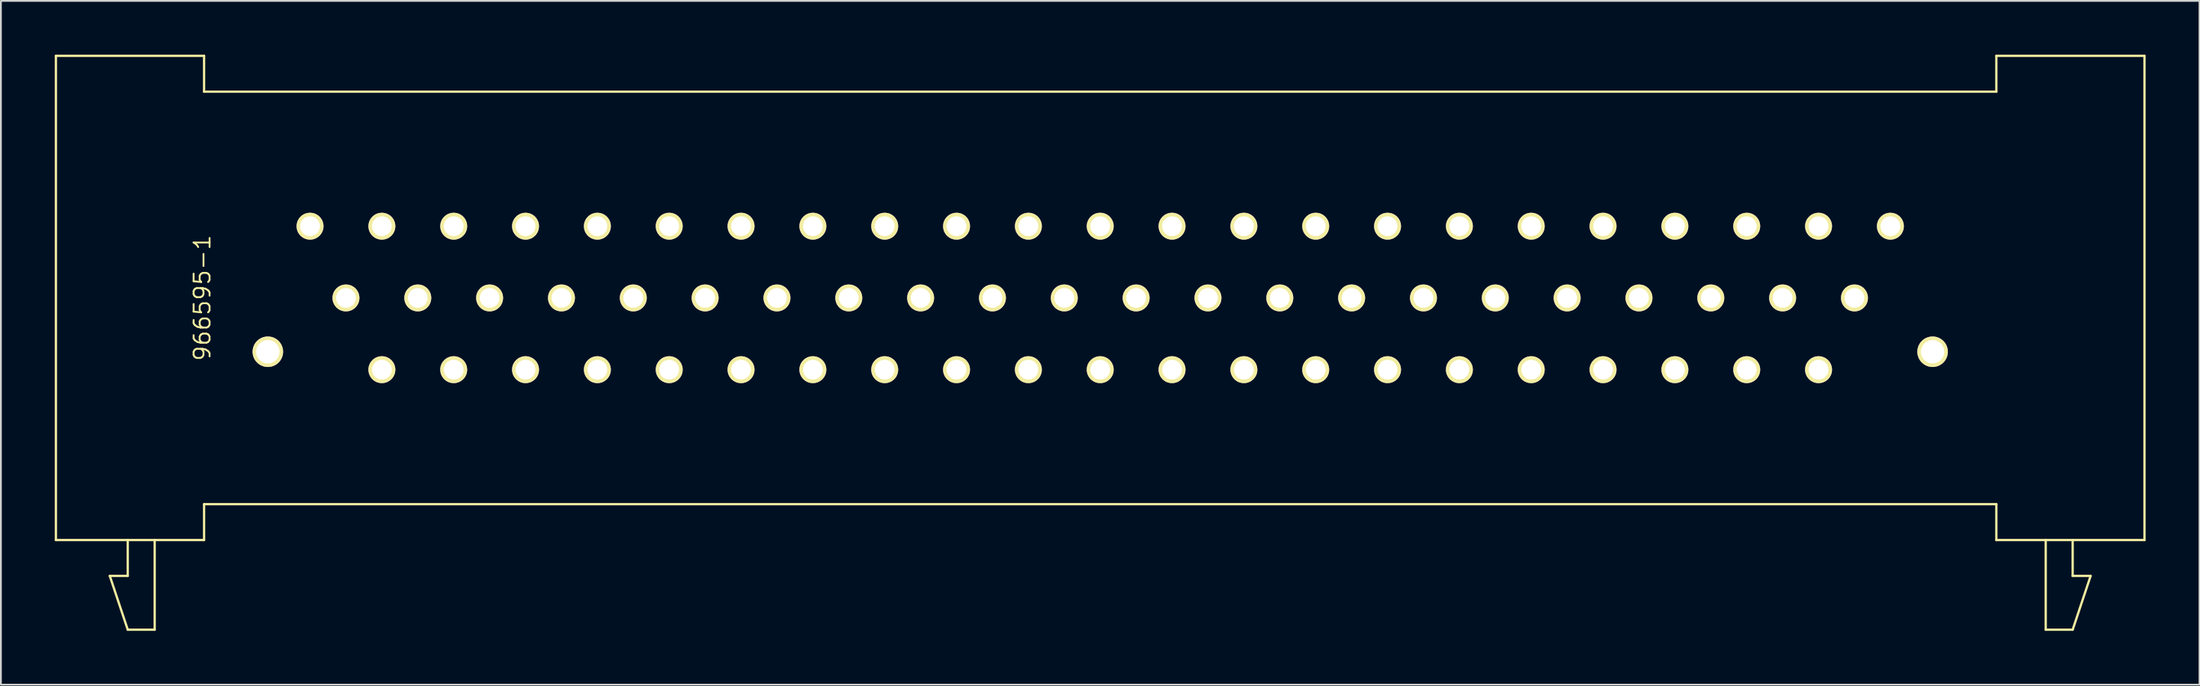
<source format=kicad_pcb>
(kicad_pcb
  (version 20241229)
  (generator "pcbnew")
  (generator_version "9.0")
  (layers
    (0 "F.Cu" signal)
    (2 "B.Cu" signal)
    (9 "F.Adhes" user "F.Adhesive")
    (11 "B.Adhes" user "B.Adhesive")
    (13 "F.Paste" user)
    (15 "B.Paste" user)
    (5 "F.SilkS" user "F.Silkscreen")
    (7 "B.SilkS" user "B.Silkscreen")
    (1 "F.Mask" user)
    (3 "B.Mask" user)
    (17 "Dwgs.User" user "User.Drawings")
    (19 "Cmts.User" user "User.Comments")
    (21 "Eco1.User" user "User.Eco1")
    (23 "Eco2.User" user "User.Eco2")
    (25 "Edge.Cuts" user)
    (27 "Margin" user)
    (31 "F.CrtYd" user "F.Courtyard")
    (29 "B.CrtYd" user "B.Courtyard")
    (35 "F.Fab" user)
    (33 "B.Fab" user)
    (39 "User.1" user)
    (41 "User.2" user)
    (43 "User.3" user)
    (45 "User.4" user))
  (footprint "966595-1"
    (layer "F.Cu")
    (at 58.214 13.563)
    (property "Reference" "966595-1" (at -50 0 90) (layer "F.SilkS") (effects (font (size 0.889 0.889) (thickness 0.102))))
    (attr through_hole)
    (fp_line (start -58.15 -13.5) (end -49.9 -13.5) (stroke (width 0.127) (type solid)) (layer "F.SilkS"))
    (fp_line (start -58.15 13.5) (end -58.15 -13.5) (stroke (width 0.127) (type solid)) (layer "F.SilkS"))
    (fp_line (start -54.15 15.5) (end -55.15 15.5) (stroke (width 0.127) (type solid)) (layer "F.SilkS"))
    (fp_line (start -54.15 15.5) (end -54.15 13.5) (stroke (width 0.127) (type solid)) (layer "F.SilkS"))
    (fp_line (start -54.15 18.5) (end -55.15 15.5) (stroke (width 0.127) (type solid)) (layer "F.SilkS"))
    (fp_line (start -52.65 18.5) (end -54.15 18.5) (stroke (width 0.127) (type solid)) (layer "F.SilkS"))
    (fp_line (start -52.65 18.5) (end -52.65 13.5) (stroke (width 0.127) (type solid)) (layer "F.SilkS"))
    (fp_line (start -49.9 -11.5) (end -49.9 -13.5) (stroke (width 0.127) (type solid)) (layer "F.SilkS"))
    (fp_line (start -49.9 11.5) (end 49.9 11.5) (stroke (width 0.127) (type solid)) (layer "F.SilkS"))
    (fp_line (start -49.9 13.5) (end -58.15 13.5) (stroke (width 0.127) (type solid)) (layer "F.SilkS"))
    (fp_line (start -49.9 13.5) (end -49.9 11.5) (stroke (width 0.127) (type solid)) (layer "F.SilkS"))
    (fp_line (start 49.9 -13.5) (end 49.9 -11.5) (stroke (width 0.127) (type solid)) (layer "F.SilkS"))
    (fp_line (start 49.9 -13.5) (end 58.15 -13.5) (stroke (width 0.127) (type solid)) (layer "F.SilkS"))
    (fp_line (start 49.9 -11.5) (end -49.9 -11.5) (stroke (width 0.127) (type solid)) (layer "F.SilkS"))
    (fp_line (start 49.9 11.5) (end 49.9 13.5) (stroke (width 0.127) (type solid)) (layer "F.SilkS"))
    (fp_line (start 52.65 18.5) (end 52.65 13.5) (stroke (width 0.127) (type solid)) (layer "F.SilkS"))
    (fp_line (start 52.65 18.5) (end 54.15 18.5) (stroke (width 0.127) (type solid)) (layer "F.SilkS"))
    (fp_line (start 54.15 15.5) (end 54.15 13.5) (stroke (width 0.127) (type solid)) (layer "F.SilkS"))
    (fp_line (start 54.15 15.5) (end 55.15 15.5) (stroke (width 0.127) (type solid)) (layer "F.SilkS"))
    (fp_line (start 54.15 18.5) (end 55.15 15.5) (stroke (width 0.127) (type solid)) (layer "F.SilkS"))
    (fp_line (start 58.15 -13.5) (end 58.15 13.5) (stroke (width 0.127) (type solid)) (layer "F.SilkS"))
    (fp_line (start 58.15 13.5) (end 49.9 13.5) (stroke (width 0.127) (type solid)) (layer "F.SilkS"))
    (pad "1" thru_hole circle (at -46.35 3) (size 1.7 1.7) (drill 1.3) (layers "*.Cu" "*.Mask" "F.SilkS"))
    (pad "2" thru_hole circle (at -40 4) (size 1.5 1.5) (drill 1.101) (layers "*.Cu" "*.Mask" "F.SilkS"))
    (pad "3" thru_hole circle (at -36 4) (size 1.5 1.5) (drill 1.101) (layers "*.Cu" "*.Mask" "F.SilkS"))
    (pad "4" thru_hole circle (at -32 4) (size 1.5 1.5) (drill 1.101) (layers "*.Cu" "*.Mask" "F.SilkS"))
    (pad "5" thru_hole circle (at -28 4) (size 1.5 1.5) (drill 1.101) (layers "*.Cu" "*.Mask" "F.SilkS"))
    (pad "6" thru_hole circle (at -24 4) (size 1.5 1.5) (drill 1.101) (layers "*.Cu" "*.Mask" "F.SilkS"))
    (pad "7" thru_hole circle (at -20 4) (size 1.5 1.5) (drill 1.101) (layers "*.Cu" "*.Mask" "F.SilkS"))
    (pad "8" thru_hole circle (at -16 4) (size 1.5 1.5) (drill 1.101) (layers "*.Cu" "*.Mask" "F.SilkS"))
    (pad "9" thru_hole circle (at -12 4) (size 1.5 1.5) (drill 1.101) (layers "*.Cu" "*.Mask" "F.SilkS"))
    (pad "10" thru_hole circle (at -8 4) (size 1.5 1.5) (drill 1.101) (layers "*.Cu" "*.Mask" "F.SilkS"))
    (pad "11" thru_hole circle (at -4 4) (size 1.5 1.5) (drill 1.101) (layers "*.Cu" "*.Mask" "F.SilkS"))
    (pad "12" thru_hole circle (at 0 4) (size 1.5 1.5) (drill 1.101) (layers "*.Cu" "*.Mask" "F.SilkS"))
    (pad "13" thru_hole circle (at 4 4) (size 1.5 1.5) (drill 1.101) (layers "*.Cu" "*.Mask" "F.SilkS"))
    (pad "14" thru_hole circle (at 8 4) (size 1.5 1.5) (drill 1.101) (layers "*.Cu" "*.Mask" "F.SilkS"))
    (pad "15" thru_hole circle (at 12 4) (size 1.5 1.5) (drill 1.101) (layers "*.Cu" "*.Mask" "F.SilkS"))
    (pad "16" thru_hole circle (at 16 4) (size 1.5 1.5) (drill 1.101) (layers "*.Cu" "*.Mask" "F.SilkS"))
    (pad "17" thru_hole circle (at 20 4) (size 1.5 1.5) (drill 1.101) (layers "*.Cu" "*.Mask" "F.SilkS"))
    (pad "18" thru_hole circle (at 24 4) (size 1.5 1.5) (drill 1.101) (layers "*.Cu" "*.Mask" "F.SilkS"))
    (pad "19" thru_hole circle (at 28 4) (size 1.5 1.5) (drill 1.101) (layers "*.Cu" "*.Mask" "F.SilkS"))
    (pad "20" thru_hole circle (at 32 4) (size 1.5 1.5) (drill 1.101) (layers "*.Cu" "*.Mask" "F.SilkS"))
    (pad "21" thru_hole circle (at 36 4) (size 1.5 1.5) (drill 1.101) (layers "*.Cu" "*.Mask" "F.SilkS"))
    (pad "22" thru_hole circle (at 40 4) (size 1.5 1.5) (drill 1.101) (layers "*.Cu" "*.Mask" "F.SilkS"))
    (pad "23" thru_hole circle (at 46.35 3) (size 1.7 1.7) (drill 1.3) (layers "*.Cu" "*.Mask" "F.SilkS"))
    (pad "24" thru_hole circle (at -42 0 180) (size 1.5 1.5) (drill 1.101) (layers "*.Cu" "*.Mask" "F.SilkS"))
    (pad "25" thru_hole circle (at -38 0 180) (size 1.5 1.5) (drill 1.101) (layers "*.Cu" "*.Mask" "F.SilkS"))
    (pad "26" thru_hole circle (at -34 0 180) (size 1.5 1.5) (drill 1.101) (layers "*.Cu" "*.Mask" "F.SilkS"))
    (pad "27" thru_hole circle (at -30 0 180) (size 1.5 1.5) (drill 1.101) (layers "*.Cu" "*.Mask" "F.SilkS"))
    (pad "28" thru_hole circle (at -26 0 180) (size 1.5 1.5) (drill 1.101) (layers "*.Cu" "*.Mask" "F.SilkS"))
    (pad "29" thru_hole circle (at -22 0 180) (size 1.5 1.5) (drill 1.101) (layers "*.Cu" "*.Mask" "F.SilkS"))
    (pad "30" thru_hole circle (at -18 0 180) (size 1.5 1.5) (drill 1.101) (layers "*.Cu" "*.Mask" "F.SilkS"))
    (pad "31" thru_hole circle (at -14 0 180) (size 1.5 1.5) (drill 1.101) (layers "*.Cu" "*.Mask" "F.SilkS"))
    (pad "32" thru_hole circle (at -10 0 180) (size 1.5 1.5) (drill 1.101) (layers "*.Cu" "*.Mask" "F.SilkS"))
    (pad "33" thru_hole circle (at -6 0 180) (size 1.5 1.5) (drill 1.101) (layers "*.Cu" "*.Mask" "F.SilkS"))
    (pad "34" thru_hole circle (at -2 0 180) (size 1.5 1.5) (drill 1.101) (layers "*.Cu" "*.Mask" "F.SilkS"))
    (pad "35" thru_hole circle (at 2 0 180) (size 1.5 1.5) (drill 1.101) (layers "*.Cu" "*.Mask" "F.SilkS"))
    (pad "36" thru_hole circle (at 6 0 180) (size 1.5 1.5) (drill 1.101) (layers "*.Cu" "*.Mask" "F.SilkS"))
    (pad "37" thru_hole circle (at 10 0 180) (size 1.5 1.5) (drill 1.101) (layers "*.Cu" "*.Mask" "F.SilkS"))
    (pad "38" thru_hole circle (at 14 0 180) (size 1.5 1.5) (drill 1.101) (layers "*.Cu" "*.Mask" "F.SilkS"))
    (pad "39" thru_hole circle (at 18 0 180) (size 1.5 1.5) (drill 1.101) (layers "*.Cu" "*.Mask" "F.SilkS"))
    (pad "40" thru_hole circle (at 22 0 180) (size 1.5 1.5) (drill 1.101) (layers "*.Cu" "*.Mask" "F.SilkS"))
    (pad "41" thru_hole circle (at 26 0 180) (size 1.5 1.5) (drill 1.101) (layers "*.Cu" "*.Mask" "F.SilkS"))
    (pad "42" thru_hole circle (at 30 0 180) (size 1.5 1.5) (drill 1.101) (layers "*.Cu" "*.Mask" "F.SilkS"))
    (pad "43" thru_hole circle (at 34 0 180) (size 1.5 1.5) (drill 1.101) (layers "*.Cu" "*.Mask" "F.SilkS"))
    (pad "44" thru_hole circle (at 38 0 180) (size 1.5 1.5) (drill 1.101) (layers "*.Cu" "*.Mask" "F.SilkS"))
    (pad "45" thru_hole circle (at 42 0 180) (size 1.5 1.5) (drill 1.101) (layers "*.Cu" "*.Mask" "F.SilkS"))
    (pad "46" thru_hole circle (at -44 -4 180) (size 1.5 1.5) (drill 1.101) (layers "*.Cu" "*.Mask" "F.SilkS"))
    (pad "47" thru_hole circle (at -40 -4 180) (size 1.5 1.5) (drill 1.101) (layers "*.Cu" "*.Mask" "F.SilkS"))
    (pad "48" thru_hole circle (at -36 -4 180) (size 1.5 1.5) (drill 1.101) (layers "*.Cu" "*.Mask" "F.SilkS"))
    (pad "49" thru_hole circle (at -32 -4 180) (size 1.5 1.5) (drill 1.101) (layers "*.Cu" "*.Mask" "F.SilkS"))
    (pad "50" thru_hole circle (at -28 -4 180) (size 1.5 1.5) (drill 1.101) (layers "*.Cu" "*.Mask" "F.SilkS"))
    (pad "51" thru_hole circle (at -24 -4 180) (size 1.5 1.5) (drill 1.101) (layers "*.Cu" "*.Mask" "F.SilkS"))
    (pad "52" thru_hole circle (at -20 -4 180) (size 1.5 1.5) (drill 1.101) (layers "*.Cu" "*.Mask" "F.SilkS"))
    (pad "53" thru_hole circle (at -16 -4 180) (size 1.5 1.5) (drill 1.101) (layers "*.Cu" "*.Mask" "F.SilkS"))
    (pad "54" thru_hole circle (at -12 -4 180) (size 1.5 1.5) (drill 1.101) (layers "*.Cu" "*.Mask" "F.SilkS"))
    (pad "55" thru_hole circle (at -8 -4 180) (size 1.5 1.5) (drill 1.101) (layers "*.Cu" "*.Mask" "F.SilkS"))
    (pad "56" thru_hole circle (at -4 -4 180) (size 1.5 1.5) (drill 1.101) (layers "*.Cu" "*.Mask" "F.SilkS"))
    (pad "57" thru_hole circle (at 0 -4 180) (size 1.5 1.5) (drill 1.101) (layers "*.Cu" "*.Mask" "F.SilkS"))
    (pad "58" thru_hole circle (at 4 -4 180) (size 1.5 1.5) (drill 1.101) (layers "*.Cu" "*.Mask" "F.SilkS"))
    (pad "59" thru_hole circle (at 8 -4 180) (size 1.5 1.5) (drill 1.101) (layers "*.Cu" "*.Mask" "F.SilkS"))
    (pad "60" thru_hole circle (at 12 -4 180) (size 1.5 1.5) (drill 1.101) (layers "*.Cu" "*.Mask" "F.SilkS"))
    (pad "61" thru_hole circle (at 16 -4 180) (size 1.5 1.5) (drill 1.101) (layers "*.Cu" "*.Mask" "F.SilkS"))
    (pad "62" thru_hole circle (at 20 -4 180) (size 1.5 1.5) (drill 1.101) (layers "*.Cu" "*.Mask" "F.SilkS"))
    (pad "63" thru_hole circle (at 24 -4 180) (size 1.5 1.5) (drill 1.101) (layers "*.Cu" "*.Mask" "F.SilkS"))
    (pad "64" thru_hole circle (at 28 -4 180) (size 1.5 1.5) (drill 1.101) (layers "*.Cu" "*.Mask" "F.SilkS"))
    (pad "65" thru_hole circle (at 32 -4 180) (size 1.5 1.5) (drill 1.101) (layers "*.Cu" "*.Mask" "F.SilkS"))
    (pad "66" thru_hole circle (at 36 -4 180) (size 1.5 1.5) (drill 1.101) (layers "*.Cu" "*.Mask" "F.SilkS"))
    (pad "67" thru_hole circle (at 40 -4 180) (size 1.5 1.5) (drill 1.101) (layers "*.Cu" "*.Mask" "F.SilkS"))
    (pad "68" thru_hole circle (at 44 -4 180) (size 1.5 1.5) (drill 1.101) (layers "*.Cu" "*.Mask" "F.SilkS")))
  (gr_rect
    (start -3 -3)
    (end 119.427 35.127)
    (stroke (width 0.1) (type default))
    (fill no)
    (layer "Edge.Cuts")))
</source>
